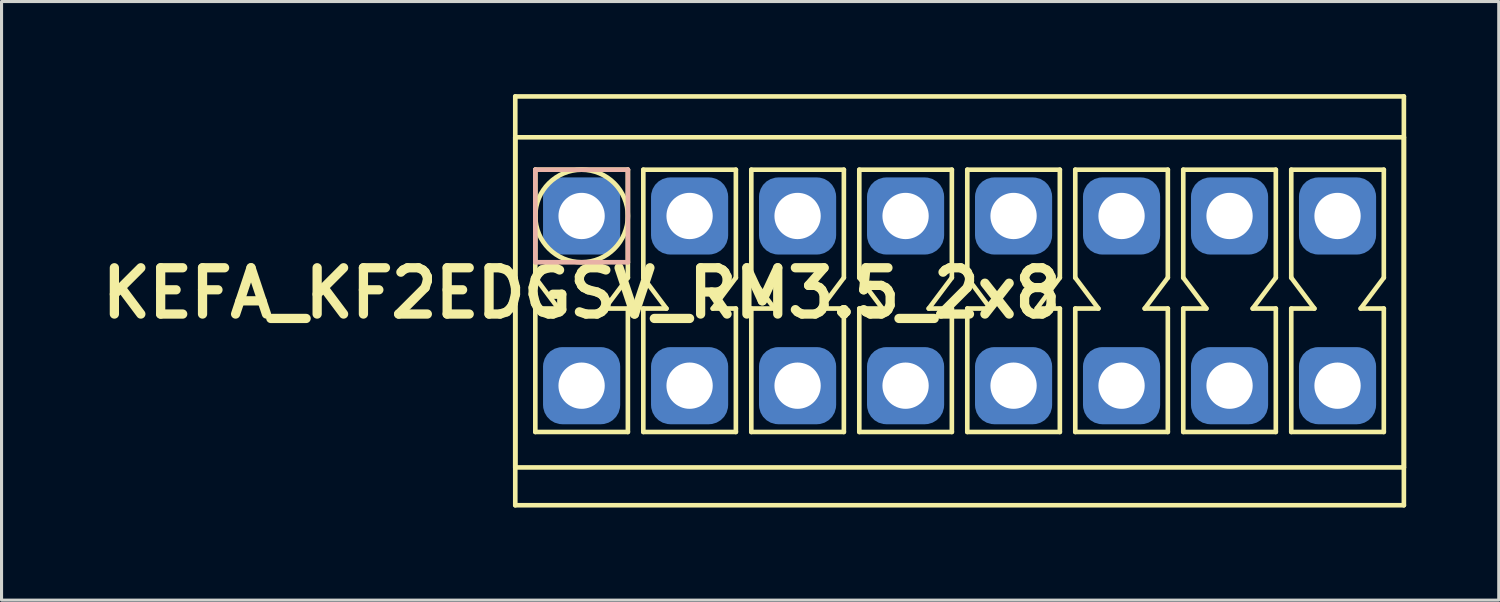
<source format=kicad_pcb>
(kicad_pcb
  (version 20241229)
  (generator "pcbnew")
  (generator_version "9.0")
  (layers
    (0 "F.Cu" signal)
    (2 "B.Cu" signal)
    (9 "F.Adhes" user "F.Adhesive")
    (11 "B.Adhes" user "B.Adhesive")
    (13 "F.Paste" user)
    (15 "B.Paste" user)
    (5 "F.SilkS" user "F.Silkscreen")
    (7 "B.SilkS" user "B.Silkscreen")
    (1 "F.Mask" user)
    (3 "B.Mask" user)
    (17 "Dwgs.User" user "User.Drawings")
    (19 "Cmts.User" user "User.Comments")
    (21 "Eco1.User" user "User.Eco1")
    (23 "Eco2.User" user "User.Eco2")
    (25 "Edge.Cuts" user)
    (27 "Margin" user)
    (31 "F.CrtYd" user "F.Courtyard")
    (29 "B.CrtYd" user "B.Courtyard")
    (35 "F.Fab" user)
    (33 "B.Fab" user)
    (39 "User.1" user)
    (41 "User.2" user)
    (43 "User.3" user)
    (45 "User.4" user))
  (footprint "KEFA_KF2EDGSV_RM3.5_2x8"
    (layer "F.Cu")
    (at 15.8 3.95)
    (property "Reference" "KEFA_KF2EDGSV_RM3.5_2x8" (at 0 2.5 0) (layer "F.SilkS") (effects (font (size 1.5 1.5) (thickness 0.3))))
    (attr through_hole)
    (fp_line (start -2.15 -3.875) (end 26.65 -3.875) (stroke (width 0.15) (type solid)) (layer "F.SilkS"))
    (fp_line (start -2.15 -2.55) (end 26.65 -2.55) (stroke (width 0.15) (type solid)) (layer "F.SilkS"))
    (fp_line (start -2.15 8.15) (end -2.15 -2.55) (stroke (width 0.15) (type solid)) (layer "F.SilkS"))
    (fp_line (start -2.15 9.375) (end -2.15 -3.875) (stroke (width 0.15) (type solid)) (layer "F.SilkS"))
    (fp_line (start -1.5 -1.5) (end -1.5 2) (stroke (width 0.15) (type solid)) (layer "F.SilkS"))
    (fp_line (start -1.5 -1.5) (end 1.5 -1.5) (stroke (width 0.15) (type solid)) (layer "F.SilkS"))
    (fp_line (start -1.5 2) (end -0.75 3) (stroke (width 0.15) (type solid)) (layer "F.SilkS"))
    (fp_line (start -1.5 3) (end -1.5 7) (stroke (width 0.15) (type solid)) (layer "F.SilkS"))
    (fp_line (start -1.5 7) (end 1.5 7) (stroke (width 0.15) (type solid)) (layer "F.SilkS"))
    (fp_line (start -0.75 3) (end -1.5 3) (stroke (width 0.15) (type solid)) (layer "F.SilkS"))
    (fp_line (start 0.75 3) (end 1.5 3) (stroke (width 0.15) (type solid)) (layer "F.SilkS"))
    (fp_line (start 1.5 -1.5) (end 1.5 2) (stroke (width 0.15) (type solid)) (layer "F.SilkS"))
    (fp_line (start 1.5 2) (end 0.75 3) (stroke (width 0.15) (type solid)) (layer "F.SilkS"))
    (fp_line (start 1.5 3) (end 1.5 7) (stroke (width 0.15) (type solid)) (layer "F.SilkS"))
    (fp_line (start 2 -1.5) (end 2 2) (stroke (width 0.15) (type solid)) (layer "F.SilkS"))
    (fp_line (start 2 -1.5) (end 5 -1.5) (stroke (width 0.15) (type solid)) (layer "F.SilkS"))
    (fp_line (start 2 2) (end 2.75 3) (stroke (width 0.15) (type solid)) (layer "F.SilkS"))
    (fp_line (start 2 3) (end 2 7) (stroke (width 0.15) (type solid)) (layer "F.SilkS"))
    (fp_line (start 2 7) (end 5 7) (stroke (width 0.15) (type solid)) (layer "F.SilkS"))
    (fp_line (start 2.75 3) (end 2 3) (stroke (width 0.15) (type solid)) (layer "F.SilkS"))
    (fp_line (start 4.25 3) (end 5 3) (stroke (width 0.15) (type solid)) (layer "F.SilkS"))
    (fp_line (start 5 -1.5) (end 5 2) (stroke (width 0.15) (type solid)) (layer "F.SilkS"))
    (fp_line (start 5 2) (end 4.25 3) (stroke (width 0.15) (type solid)) (layer "F.SilkS"))
    (fp_line (start 5 3) (end 5 7) (stroke (width 0.15) (type solid)) (layer "F.SilkS"))
    (fp_line (start 5.5 -1.5) (end 5.5 2) (stroke (width 0.15) (type solid)) (layer "F.SilkS"))
    (fp_line (start 5.5 -1.5) (end 8.5 -1.5) (stroke (width 0.15) (type solid)) (layer "F.SilkS"))
    (fp_line (start 5.5 2) (end 6.25 3) (stroke (width 0.15) (type solid)) (layer "F.SilkS"))
    (fp_line (start 5.5 3) (end 5.5 7) (stroke (width 0.15) (type solid)) (layer "F.SilkS"))
    (fp_line (start 5.5 7) (end 8.5 7) (stroke (width 0.15) (type solid)) (layer "F.SilkS"))
    (fp_line (start 6.25 3) (end 5.5 3) (stroke (width 0.15) (type solid)) (layer "F.SilkS"))
    (fp_line (start 7.75 3) (end 8.5 3) (stroke (width 0.15) (type solid)) (layer "F.SilkS"))
    (fp_line (start 8.5 -1.5) (end 8.5 2) (stroke (width 0.15) (type solid)) (layer "F.SilkS"))
    (fp_line (start 8.5 2) (end 7.75 3) (stroke (width 0.15) (type solid)) (layer "F.SilkS"))
    (fp_line (start 8.5 3) (end 8.5 7) (stroke (width 0.15) (type solid)) (layer "F.SilkS"))
    (fp_line (start 9 -1.5) (end 9 2) (stroke (width 0.15) (type solid)) (layer "F.SilkS"))
    (fp_line (start 9 -1.5) (end 12 -1.5) (stroke (width 0.15) (type solid)) (layer "F.SilkS"))
    (fp_line (start 9 2) (end 9.75 3) (stroke (width 0.15) (type solid)) (layer "F.SilkS"))
    (fp_line (start 9 3) (end 9 7) (stroke (width 0.15) (type solid)) (layer "F.SilkS"))
    (fp_line (start 9 7) (end 12 7) (stroke (width 0.15) (type solid)) (layer "F.SilkS"))
    (fp_line (start 9.75 3) (end 9 3) (stroke (width 0.15) (type solid)) (layer "F.SilkS"))
    (fp_line (start 11.25 3) (end 12 3) (stroke (width 0.15) (type solid)) (layer "F.SilkS"))
    (fp_line (start 12 -1.5) (end 12 2) (stroke (width 0.15) (type solid)) (layer "F.SilkS"))
    (fp_line (start 12 2) (end 11.25 3) (stroke (width 0.15) (type solid)) (layer "F.SilkS"))
    (fp_line (start 12 3) (end 12 7) (stroke (width 0.15) (type solid)) (layer "F.SilkS"))
    (fp_line (start 12.5 -1.5) (end 12.5 2) (stroke (width 0.15) (type solid)) (layer "F.SilkS"))
    (fp_line (start 12.5 -1.5) (end 15.5 -1.5) (stroke (width 0.15) (type solid)) (layer "F.SilkS"))
    (fp_line (start 12.5 2) (end 13.25 3) (stroke (width 0.15) (type solid)) (layer "F.SilkS"))
    (fp_line (start 12.5 3) (end 12.5 7) (stroke (width 0.15) (type solid)) (layer "F.SilkS"))
    (fp_line (start 12.5 7) (end 15.5 7) (stroke (width 0.15) (type solid)) (layer "F.SilkS"))
    (fp_line (start 13.25 3) (end 12.5 3) (stroke (width 0.15) (type solid)) (layer "F.SilkS"))
    (fp_line (start 14.75 3) (end 15.5 3) (stroke (width 0.15) (type solid)) (layer "F.SilkS"))
    (fp_line (start 15.5 -1.5) (end 15.5 2) (stroke (width 0.15) (type solid)) (layer "F.SilkS"))
    (fp_line (start 15.5 2) (end 14.75 3) (stroke (width 0.15) (type solid)) (layer "F.SilkS"))
    (fp_line (start 15.5 3) (end 15.5 7) (stroke (width 0.15) (type solid)) (layer "F.SilkS"))
    (fp_line (start 16 -1.5) (end 16 2) (stroke (width 0.15) (type solid)) (layer "F.SilkS"))
    (fp_line (start 16 -1.5) (end 19 -1.5) (stroke (width 0.15) (type solid)) (layer "F.SilkS"))
    (fp_line (start 16 2) (end 16.75 3) (stroke (width 0.15) (type solid)) (layer "F.SilkS"))
    (fp_line (start 16 3) (end 16 7) (stroke (width 0.15) (type solid)) (layer "F.SilkS"))
    (fp_line (start 16 7) (end 19 7) (stroke (width 0.15) (type solid)) (layer "F.SilkS"))
    (fp_line (start 16.75 3) (end 16 3) (stroke (width 0.15) (type solid)) (layer "F.SilkS"))
    (fp_line (start 18.25 3) (end 19 3) (stroke (width 0.15) (type solid)) (layer "F.SilkS"))
    (fp_line (start 19 -1.5) (end 19 2) (stroke (width 0.15) (type solid)) (layer "F.SilkS"))
    (fp_line (start 19 2) (end 18.25 3) (stroke (width 0.15) (type solid)) (layer "F.SilkS"))
    (fp_line (start 19 3) (end 19 7) (stroke (width 0.15) (type solid)) (layer "F.SilkS"))
    (fp_line (start 19.5 -1.5) (end 19.5 2) (stroke (width 0.15) (type solid)) (layer "F.SilkS"))
    (fp_line (start 19.5 -1.5) (end 22.5 -1.5) (stroke (width 0.15) (type solid)) (layer "F.SilkS"))
    (fp_line (start 19.5 2) (end 20.25 3) (stroke (width 0.15) (type solid)) (layer "F.SilkS"))
    (fp_line (start 19.5 3) (end 19.5 7) (stroke (width 0.15) (type solid)) (layer "F.SilkS"))
    (fp_line (start 19.5 7) (end 22.5 7) (stroke (width 0.15) (type solid)) (layer "F.SilkS"))
    (fp_line (start 20.25 3) (end 19.5 3) (stroke (width 0.15) (type solid)) (layer "F.SilkS"))
    (fp_line (start 21.75 3) (end 22.5 3) (stroke (width 0.15) (type solid)) (layer "F.SilkS"))
    (fp_line (start 22.5 -1.5) (end 22.5 2) (stroke (width 0.15) (type solid)) (layer "F.SilkS"))
    (fp_line (start 22.5 2) (end 21.75 3) (stroke (width 0.15) (type solid)) (layer "F.SilkS"))
    (fp_line (start 22.5 3) (end 22.5 7) (stroke (width 0.15) (type solid)) (layer "F.SilkS"))
    (fp_line (start 23 -1.5) (end 23 2) (stroke (width 0.15) (type solid)) (layer "F.SilkS"))
    (fp_line (start 23 -1.5) (end 26 -1.5) (stroke (width 0.15) (type solid)) (layer "F.SilkS"))
    (fp_line (start 23 2) (end 23.75 3) (stroke (width 0.15) (type solid)) (layer "F.SilkS"))
    (fp_line (start 23 3) (end 23 7) (stroke (width 0.15) (type solid)) (layer "F.SilkS"))
    (fp_line (start 23 7) (end 26 7) (stroke (width 0.15) (type solid)) (layer "F.SilkS"))
    (fp_line (start 23.75 3) (end 23 3) (stroke (width 0.15) (type solid)) (layer "F.SilkS"))
    (fp_line (start 25.25 3) (end 26 3) (stroke (width 0.15) (type solid)) (layer "F.SilkS"))
    (fp_line (start 26 -1.5) (end 26 2) (stroke (width 0.15) (type solid)) (layer "F.SilkS"))
    (fp_line (start 26 2) (end 25.25 3) (stroke (width 0.15) (type solid)) (layer "F.SilkS"))
    (fp_line (start 26 3) (end 26 7) (stroke (width 0.15) (type solid)) (layer "F.SilkS"))
    (fp_line (start 26.65 -3.875) (end 26.65 9.375) (stroke (width 0.15) (type solid)) (layer "F.SilkS"))
    (fp_line (start 26.65 -2.55) (end 26.65 8.15) (stroke (width 0.15) (type solid)) (layer "F.SilkS"))
    (fp_line (start 26.65 8.15) (end -2.15 8.15) (stroke (width 0.15) (type solid)) (layer "F.SilkS"))
    (fp_line (start 26.65 9.375) (end -2.15 9.375) (stroke (width 0.15) (type solid)) (layer "F.SilkS"))
    (fp_circle (center 0 0) (end 1.5 0) (stroke (width 0.15) (type solid)) (fill no) (layer "F.SilkS"))
    (fp_line (start -1.5 -1.5) (end 1.5 -1.5) (stroke (width 0.15) (type solid)) (layer "B.SilkS"))
    (fp_line (start -1.5 1.5) (end -1.5 -1.5) (stroke (width 0.15) (type solid)) (layer "B.SilkS"))
    (fp_line (start 1.5 -1.5) (end 1.5 1.5) (stroke (width 0.15) (type solid)) (layer "B.SilkS"))
    (fp_line (start 1.5 1.5) (end -1.5 1.5) (stroke (width 0.15) (type solid)) (layer "B.SilkS"))
    (pad "1" thru_hole circle (at 0 0) (size 1.8 1.8) (drill 1.5) (layers "*.Cu" "*.Mask"))
    (pad "1" smd roundrect (at 0 0) (size 2.5 2.5) (layers "B.Cu" "B.Mask") (roundrect_rratio 0.25))
    (pad "2" thru_hole circle (at 3.5 0) (size 1.8 1.8) (drill 1.5) (layers "*.Cu" "*.Mask"))
    (pad "2" smd roundrect (at 3.5 0) (size 2.5 2.5) (layers "B.Cu" "B.Mask") (roundrect_rratio 0.25))
    (pad "3" thru_hole circle (at 7 0) (size 1.8 1.8) (drill 1.5) (layers "*.Cu" "*.Mask"))
    (pad "3" smd roundrect (at 7 0) (size 2.5 2.5) (layers "B.Cu" "B.Mask") (roundrect_rratio 0.25))
    (pad "4" thru_hole circle (at 10.5 0) (size 1.8 1.8) (drill 1.5) (layers "*.Cu" "*.Mask"))
    (pad "4" smd roundrect (at 10.5 0) (size 2.5 2.5) (layers "B.Cu" "B.Mask") (roundrect_rratio 0.25))
    (pad "5" thru_hole circle (at 14 0) (size 1.8 1.8) (drill 1.5) (layers "*.Cu" "*.Mask"))
    (pad "5" smd roundrect (at 14 0) (size 2.5 2.5) (layers "B.Cu" "B.Mask") (roundrect_rratio 0.25))
    (pad "6" thru_hole circle (at 17.5 0) (size 1.8 1.8) (drill 1.5) (layers "*.Cu" "*.Mask"))
    (pad "6" smd roundrect (at 17.5 0) (size 2.5 2.5) (layers "B.Cu" "B.Mask") (roundrect_rratio 0.25))
    (pad "7" thru_hole circle (at 21 0) (size 1.8 1.8) (drill 1.5) (layers "*.Cu" "*.Mask"))
    (pad "7" smd roundrect (at 21 0) (size 2.5 2.5) (layers "B.Cu" "B.Mask") (roundrect_rratio 0.25))
    (pad "8" thru_hole circle (at 24.5 0) (size 1.8 1.8) (drill 1.5) (layers "*.Cu" "*.Mask"))
    (pad "8" smd roundrect (at 24.5 0) (size 2.5 2.5) (layers "B.Cu" "B.Mask") (roundrect_rratio 0.25))
    (pad "9" thru_hole circle (at 0 5.5) (size 1.8 1.8) (drill 1.5) (layers "*.Cu" "*.Mask"))
    (pad "9" smd roundrect (at 0 5.5) (size 2.5 2.5) (layers "B.Cu" "B.Mask") (roundrect_rratio 0.25))
    (pad "10" thru_hole circle (at 3.5 5.5) (size 1.8 1.8) (drill 1.5) (layers "*.Cu" "*.Mask"))
    (pad "10" smd roundrect (at 3.5 5.5) (size 2.5 2.5) (layers "B.Cu" "B.Mask") (roundrect_rratio 0.25))
    (pad "11" thru_hole circle (at 7 5.5) (size 1.8 1.8) (drill 1.5) (layers "*.Cu" "*.Mask"))
    (pad "11" smd roundrect (at 7 5.5) (size 2.5 2.5) (layers "B.Cu" "B.Mask") (roundrect_rratio 0.25))
    (pad "12" thru_hole circle (at 10.5 5.5) (size 1.8 1.8) (drill 1.5) (layers "*.Cu" "*.Mask"))
    (pad "12" smd roundrect (at 10.5 5.5) (size 2.5 2.5) (layers "B.Cu" "B.Mask") (roundrect_rratio 0.25))
    (pad "13" thru_hole circle (at 14 5.5) (size 1.8 1.8) (drill 1.5) (layers "*.Cu" "*.Mask"))
    (pad "13" smd roundrect (at 14 5.5) (size 2.5 2.5) (layers "B.Cu" "B.Mask") (roundrect_rratio 0.25))
    (pad "14" thru_hole circle (at 17.5 5.5) (size 1.8 1.8) (drill 1.5) (layers "*.Cu" "*.Mask"))
    (pad "14" smd roundrect (at 17.5 5.5) (size 2.5 2.5) (layers "B.Cu" "B.Mask") (roundrect_rratio 0.25))
    (pad "15" thru_hole circle (at 21 5.5) (size 1.8 1.8) (drill 1.5) (layers "*.Cu" "*.Mask"))
    (pad "15" smd roundrect (at 21 5.5) (size 2.5 2.5) (layers "B.Cu" "B.Mask") (roundrect_rratio 0.25))
    (pad "16" thru_hole circle (at 24.5 5.5) (size 1.8 1.8) (drill 1.5) (layers "*.Cu" "*.Mask"))
    (pad "16" smd roundrect (at 24.5 5.5) (size 2.5 2.5) (layers "B.Cu" "B.Mask") (roundrect_rratio 0.25)))
  (gr_rect
    (start -3 -3)
    (end 45.525 16.4)
    (stroke (width 0.1) (type default))
    (fill no)
    (layer "Edge.Cuts")))
</source>
